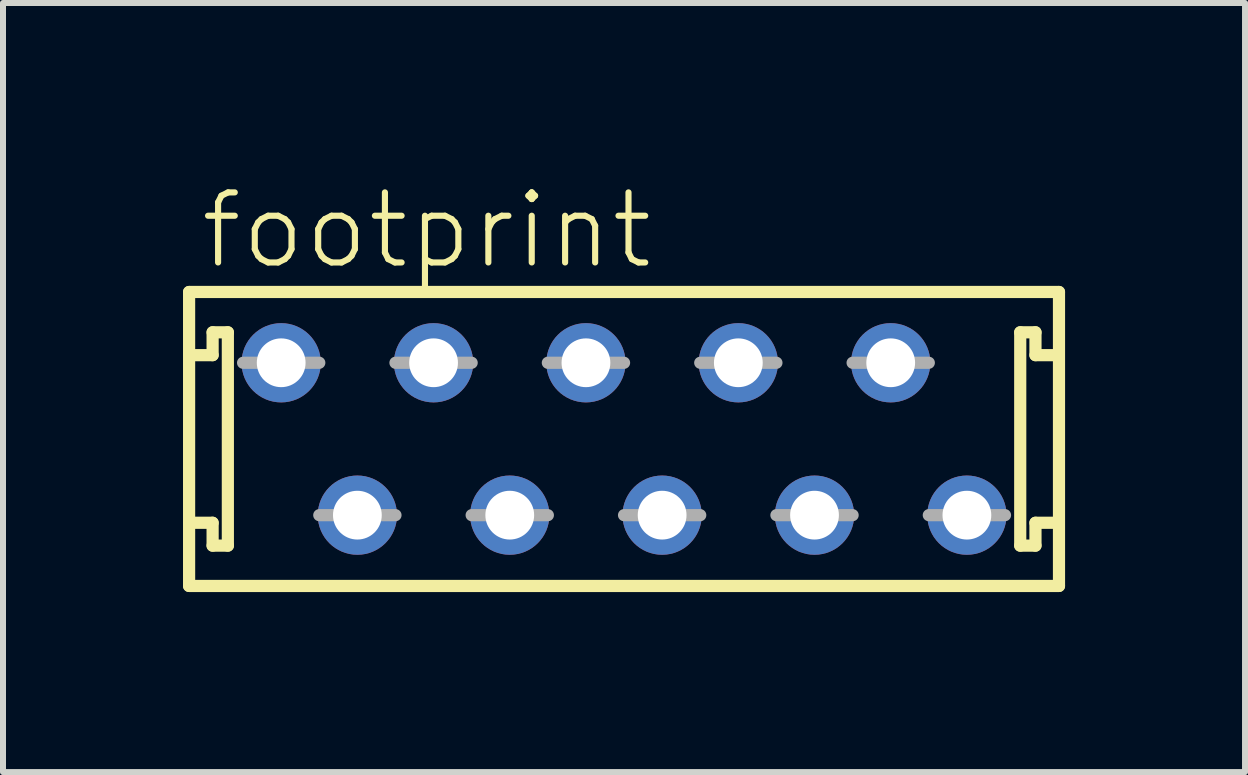
<source format=kicad_pcb>
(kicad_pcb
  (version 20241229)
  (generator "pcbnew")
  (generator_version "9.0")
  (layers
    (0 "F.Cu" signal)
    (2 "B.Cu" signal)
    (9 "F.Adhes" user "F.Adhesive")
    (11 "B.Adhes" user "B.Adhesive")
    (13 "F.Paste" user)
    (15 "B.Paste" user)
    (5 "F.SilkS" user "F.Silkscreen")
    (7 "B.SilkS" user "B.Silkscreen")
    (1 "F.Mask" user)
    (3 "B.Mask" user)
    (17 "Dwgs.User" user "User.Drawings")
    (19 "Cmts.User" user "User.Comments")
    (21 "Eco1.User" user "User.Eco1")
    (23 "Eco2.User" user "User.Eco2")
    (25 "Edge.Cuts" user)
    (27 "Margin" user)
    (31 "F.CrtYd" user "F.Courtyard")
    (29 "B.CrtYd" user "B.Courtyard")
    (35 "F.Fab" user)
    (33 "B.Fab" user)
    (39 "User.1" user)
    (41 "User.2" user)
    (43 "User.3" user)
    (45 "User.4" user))
  (footprint "footprint"
    (layer "F.Cu")
    (at 7.352 4.267)
    (property "Reference" "footprint" (at -7.112 -2.794 0) (layer "F.SilkS") (effects (font (size 1.168 1.168) (thickness 0.102)) (justify left bottom)))
    (fp_line (start -7.25 -2.45) (end 7.25 -2.45) (stroke (width 0.203) (type solid)) (layer "F.SilkS"))
    (fp_line (start -7.25 2.45) (end -7.25 -2.45) (stroke (width 0.203) (type solid)) (layer "F.SilkS"))
    (fp_line (start -6.858 -1.778) (end -6.858 -1.397) (stroke (width 0.203) (type solid)) (layer "F.SilkS"))
    (fp_line (start -6.858 -1.397) (end -7.239 -1.397) (stroke (width 0.203) (type solid)) (layer "F.SilkS"))
    (fp_line (start -6.858 1.397) (end -7.239 1.397) (stroke (width 0.203) (type solid)) (layer "F.SilkS"))
    (fp_line (start -6.858 1.778) (end -6.858 1.397) (stroke (width 0.203) (type solid)) (layer "F.SilkS"))
    (fp_line (start -6.604 -1.778) (end -6.858 -1.778) (stroke (width 0.203) (type solid)) (layer "F.SilkS"))
    (fp_line (start -6.604 1.778) (end -6.858 1.778) (stroke (width 0.203) (type solid)) (layer "F.SilkS"))
    (fp_line (start -6.604 1.778) (end -6.604 -1.778) (stroke (width 0.203) (type solid)) (layer "F.SilkS"))
    (fp_line (start 6.604 -1.778) (end 6.604 1.778) (stroke (width 0.203) (type solid)) (layer "F.SilkS"))
    (fp_line (start 6.604 -1.778) (end 6.858 -1.778) (stroke (width 0.203) (type solid)) (layer "F.SilkS"))
    (fp_line (start 6.604 1.778) (end 6.858 1.778) (stroke (width 0.203) (type solid)) (layer "F.SilkS"))
    (fp_line (start 6.858 -1.778) (end 6.858 -1.397) (stroke (width 0.203) (type solid)) (layer "F.SilkS"))
    (fp_line (start 6.858 -1.397) (end 7.239 -1.397) (stroke (width 0.203) (type solid)) (layer "F.SilkS"))
    (fp_line (start 6.858 1.397) (end 7.239 1.397) (stroke (width 0.203) (type solid)) (layer "F.SilkS"))
    (fp_line (start 6.858 1.778) (end 6.858 1.397) (stroke (width 0.203) (type solid)) (layer "F.SilkS"))
    (fp_line (start 7.25 -2.45) (end 7.25 2.45) (stroke (width 0.203) (type solid)) (layer "F.SilkS"))
    (fp_line (start 7.25 2.45) (end -7.25 2.45) (stroke (width 0.203) (type solid)) (layer "F.SilkS"))
    (fp_line (start -6.35 -1.27) (end -5.08 -1.27) (stroke (width 0.203) (type solid)) (layer "F.Fab"))
    (fp_line (start -5.08 1.27) (end -3.81 1.27) (stroke (width 0.203) (type solid)) (layer "F.Fab"))
    (fp_line (start -3.81 -1.27) (end -2.54 -1.27) (stroke (width 0.203) (type solid)) (layer "F.Fab"))
    (fp_line (start -2.54 1.27) (end -1.27 1.27) (stroke (width 0.203) (type solid)) (layer "F.Fab"))
    (fp_line (start -1.27 -1.27) (end 0 -1.27) (stroke (width 0.203) (type solid)) (layer "F.Fab"))
    (fp_line (start 0 1.27) (end 1.27 1.27) (stroke (width 0.203) (type solid)) (layer "F.Fab"))
    (fp_line (start 1.27 -1.27) (end 2.54 -1.27) (stroke (width 0.203) (type solid)) (layer "F.Fab"))
    (fp_line (start 2.54 1.27) (end 3.81 1.27) (stroke (width 0.203) (type solid)) (layer "F.Fab"))
    (fp_line (start 3.81 -1.27) (end 5.08 -1.27) (stroke (width 0.203) (type solid)) (layer "F.Fab"))
    (fp_line (start 5.08 1.27) (end 6.35 1.27) (stroke (width 0.203) (type solid)) (layer "F.Fab"))
    (pad "1" thru_hole circle (at -5.715 -1.27) (size 1.321 1.321) (drill 0.813) (layers "*.Cu" "*.Mask"))
    (pad "2" thru_hole circle (at -4.445 1.27) (size 1.321 1.321) (drill 0.813) (layers "*.Cu" "*.Mask"))
    (pad "3" thru_hole circle (at -3.175 -1.27) (size 1.321 1.321) (drill 0.813) (layers "*.Cu" "*.Mask"))
    (pad "4" thru_hole circle (at -1.905 1.27) (size 1.321 1.321) (drill 0.813) (layers "*.Cu" "*.Mask"))
    (pad "5" thru_hole circle (at -0.635 -1.27) (size 1.321 1.321) (drill 0.813) (layers "*.Cu" "*.Mask"))
    (pad "6" thru_hole circle (at 0.635 1.27) (size 1.321 1.321) (drill 0.813) (layers "*.Cu" "*.Mask"))
    (pad "7" thru_hole circle (at 1.905 -1.27) (size 1.321 1.321) (drill 0.813) (layers "*.Cu" "*.Mask"))
    (pad "8" thru_hole circle (at 3.175 1.27) (size 1.321 1.321) (drill 0.813) (layers "*.Cu" "*.Mask"))
    (pad "9" thru_hole circle (at 4.445 -1.27) (size 1.321 1.321) (drill 0.813) (layers "*.Cu" "*.Mask"))
    (pad "10" thru_hole circle (at 5.715 1.27) (size 1.321 1.321) (drill 0.813) (layers "*.Cu" "*.Mask")))
  (gr_rect
    (start -3 -3)
    (end 17.703 9.819)
    (stroke (width 0.1) (type default))
    (fill no)
    (layer "Edge.Cuts")))
</source>
